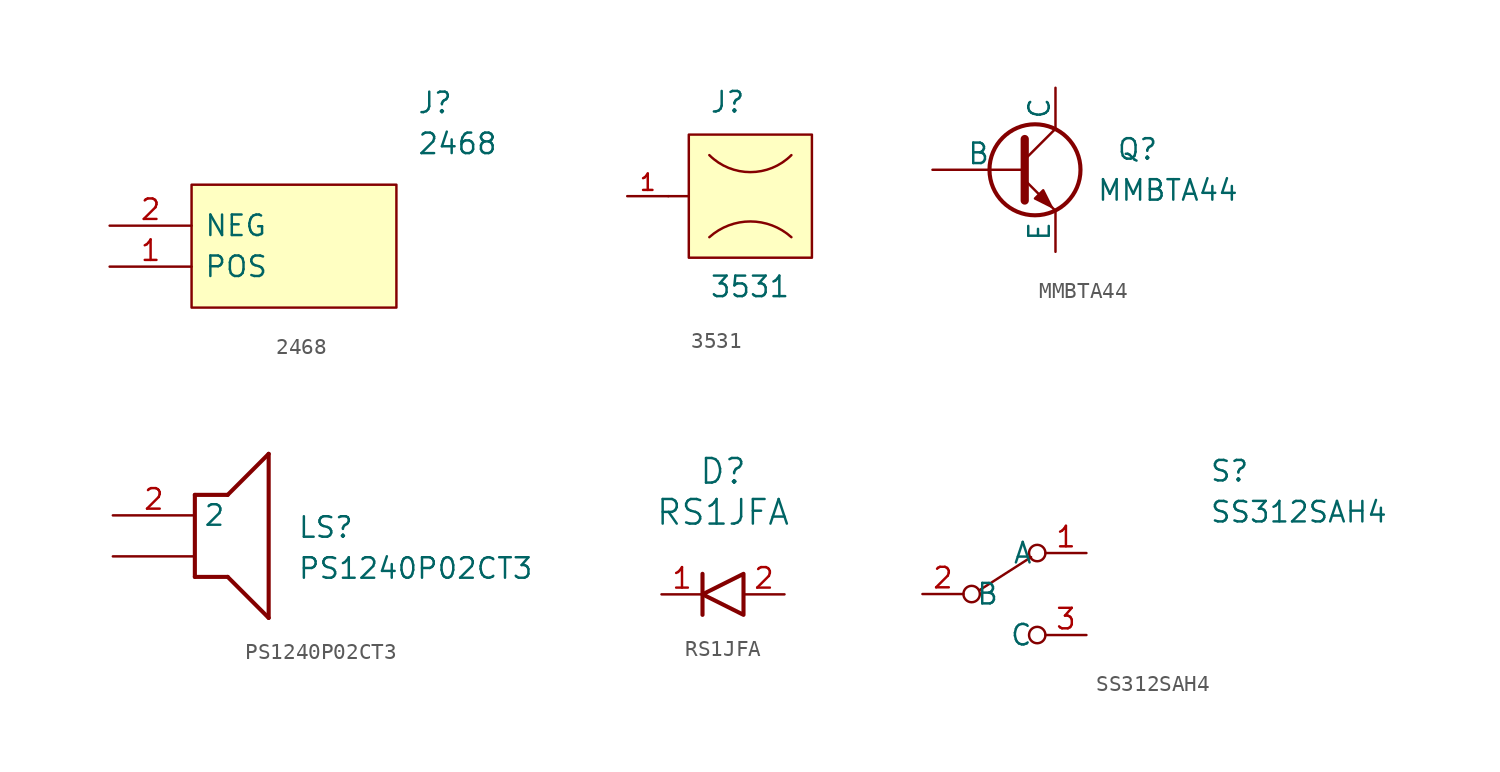
<source format=kicad_sym>
(kicad_symbol_lib
  (version 20220914)
  (generator kicad_symbol_editor)
  (symbol "2468"
    (pin_names
      (offset 0.762))
    (property "Reference" "J"
      (at 19.05 7.62 0)
      (effects (font (size 1.27 1.27)) (justify left)))
    (property "Value" "2468"
      (at 19.05 5.08 0)
      (effects (font (size 1.27 1.27)) (justify left)))
    (symbol "2468_0_0"
      (pin passive line (at 0 -2.54 0) (length 5.08) (name "POS" (effects (font (size 1.27 1.27)))) (number "1" (effects (font (size 1.27 1.27)))))
      (pin passive line (at 0 0 0) (length 5.08) (name "NEG" (effects (font (size 1.27 1.27)))) (number "2" (effects (font (size 1.27 1.27))))))
    (symbol "2468_1_1"
      (polyline (pts (xy 5.08 2.54) (xy 17.78 2.54) (xy 17.78 -5.08) (xy 5.08 -5.08) (xy 5.08 2.54)) (stroke (width 0.152) (type solid)) (fill (type background)))))
  (symbol "3531"
    (pin_names
      (offset 1.016))
    (property "Reference" "J"
      (at -2.54 5.08 0)
      (effects (font (size 1.27 1.27)) (justify left bottom)))
    (property "Value" "3531"
      (at -2.54 -6.35 0)
      (effects (font (size 1.27 1.27)) (justify left bottom)))
    (symbol "3531_0_0"
      (polyline (pts (xy -5.08 0) (xy -3.81 0)) (stroke (width 0.152) (type default)) (fill (type none)))
      (pin passive line (at -7.62 0 0) (length 2.54) (name "~" (effects (font (size 1.016 1.016)))) (number "1" (effects (font (size 1.016 1.016))))))
    (symbol "3531_0_1"
      (arc (start -2.54 2.54) (mid 0 1.4879) (end 2.54 2.54) (stroke (width 0) (type default)) (fill (type none)))
      (arc (start 2.54 -2.54) (mid 0 -1.5655) (end -2.54 -2.54) (stroke (width 0) (type default)) (fill (type none))))
    (symbol "3531_1_1"
      (rectangle (start -3.81 3.81) (end 3.81 -3.81) (stroke (width 0) (type default)) (fill (type background)))))
  (symbol "MMBTA44"
    (pin_numbers hide)
    (pin_names
      (offset 0))
    (property "Reference" "Q"
      (at 6.35 1.27 0)
      (effects (font (size 1.27 1.27))))
    (property "Value" "MMBTA44"
      (at 3.81 -1.27 0)
      (effects (font (size 1.27 1.27)) (justify left)))
    (symbol "MMBTA44_0_1"
      (polyline (pts (xy -0.635 0.635) (xy 1.27 2.54)) (stroke (width 0) (type default)) (fill (type none)))
      (polyline (pts (xy -0.635 -0.635) (xy 1.27 -2.54) (xy 1.27 -2.54)) (stroke (width 0) (type default)) (fill (type none)))
      (polyline (pts (xy -0.635 1.905) (xy -0.635 -1.905) (xy -0.635 -1.905)) (stroke (width 0.508) (type default)) (fill (type none)))
      (polyline (pts (xy 0 -1.778) (xy 0.508 -1.27) (xy 1.016 -2.286) (xy 0 -1.778) (xy 0 -1.778)) (stroke (width 0) (type default)) (fill (type outline)))
      (circle (center 0 0) (radius 2.819) (stroke (width 0.254) (type default)) (fill (type none))))
    (symbol "MMBTA44_1_1"
      (pin input line (at -6.35 0 0) (length 5.715) (name "B" (effects (font (size 1.27 1.27)))) (number "1" (effects (font (size 1.27 1.27)))))
      (pin passive line (at 1.27 -5.08 90) (length 2.54) (name "E" (effects (font (size 1.27 1.27)))) (number "2" (effects (font (size 1.27 1.27)))))
      (pin passive line (at 1.27 5.08 270) (length 2.54) (name "C" (effects (font (size 1.27 1.27)))) (number "3" (effects (font (size 1.27 1.27)))))))
  (symbol "PS1240P02CT3"
    (property "Reference" "LS"
      (at 11.43 0 0)
      (effects (font (size 1.27 1.27)) (justify left top)))
    (property "Value" "PS1240P02CT3"
      (at 11.43 -2.54 0)
      (effects (font (size 1.27 1.27)) (justify left top)))
    (symbol "PS1240P02CT3_1_1"
      (polyline (pts (xy 5.08 1.27) (xy 5.08 -3.81)) (stroke (width 0.254) (type default)) (fill (type none)))
      (polyline (pts (xy 5.08 1.27) (xy 7.112 1.27)) (stroke (width 0.254) (type default)) (fill (type none)))
      (polyline (pts (xy 7.112 -3.81) (xy 5.08 -3.81)) (stroke (width 0.254) (type default)) (fill (type none)))
      (polyline (pts (xy 7.112 -3.81) (xy 9.652 -6.35)) (stroke (width 0.254) (type default)) (fill (type none)))
      (polyline (pts (xy 9.652 3.81) (xy 7.112 1.27)) (stroke (width 0.254) (type default)) (fill (type none)))
      (polyline (pts (xy 9.652 3.81) (xy 9.652 -6.35)) (stroke (width 0.254) (type default)) (fill (type none)))
      (pin passive line (at 0 -2.54 0) (length 5.08) (name "" (effects (font (size 1.27 1.27)))) (number "" (effects (font (size 1.27 1.27)))))
      (pin passive line (at 0 0 0) (length 5.08) (name "2" (effects (font (size 1.27 1.27)))) (number "2" (effects (font (size 1.27 1.27)))))))
  (symbol "RS1JFA"
    (pin_names
      (offset 0.254))
    (property "Reference" "D"
      (at 0 7.62 0)
      (effects (font (size 1.524 1.524))))
    (property "Value" "RS1JFA"
      (at 0 5.08 0)
      (effects (font (size 1.524 1.524))))
    (property "ki_locked" ""
      (at 0 0 0)
      (effects (font (size 1.27 1.27))))
    (symbol "RS1JFA_0_1"
      (polyline (pts (xy -1.27 1.27) (xy -1.27 -1.27)) (stroke (width 0.254) (type default)) (fill (type none)))
      (polyline (pts (xy 1.27 1.27) (xy 1.27 -1.27) (xy -1.27 0) (xy 1.27 1.27)) (stroke (width 0.254) (type default)) (fill (type none))))
    (symbol "RS1JFA_1_1"
      (pin unspecified line (at -3.81 0 0) (length 2.54) (name "" (effects (font (size 1.27 1.27)))) (number "1" (effects (font (size 1.27 1.27)))))
      (pin unspecified line (at 3.81 0 180) (length 2.54) (name "" (effects (font (size 1.27 1.27)))) (number "2" (effects (font (size 1.27 1.27)))))))
  (symbol "SS312SAH4"
    (pin_names
      (offset 0.762))
    (property "Reference" "S"
      (at 21.59 7.62 0)
      (effects (font (size 1.27 1.27)) (justify left)))
    (property "Value" "SS312SAH4"
      (at 21.59 5.08 0)
      (effects (font (size 1.27 1.27)) (justify left)))
    (symbol "SS312SAH4_0_0"
      (circle (center 6.858 0) (radius 0.508) (stroke (width 0) (type default)) (fill (type none)))
      (circle (center 10.922 -2.54) (radius 0.508) (stroke (width 0) (type default)) (fill (type none))))
    (symbol "SS312SAH4_0_1"
      (polyline (pts (xy 7.366 0.254) (xy 10.541 2.286)) (stroke (width 0) (type default)) (fill (type none)))
      (circle (center 10.922 2.54) (radius 0.508) (stroke (width 0) (type default)) (fill (type none))))
    (symbol "SS312SAH4_1_1"
      (pin passive line (at 13.97 2.54 180) (length 2.54) (name "A" (effects (font (size 1.27 1.27)))) (number "1" (effects (font (size 1.27 1.27)))))
      (pin passive line (at 3.81 0 0) (length 2.54) (name "B" (effects (font (size 1.27 1.27)))) (number "2" (effects (font (size 1.27 1.27)))))
      (pin passive line (at 13.97 -2.54 180) (length 2.54) (name "C" (effects (font (size 1.27 1.27)))) (number "3" (effects (font (size 1.27 1.27))))))))
</source>
